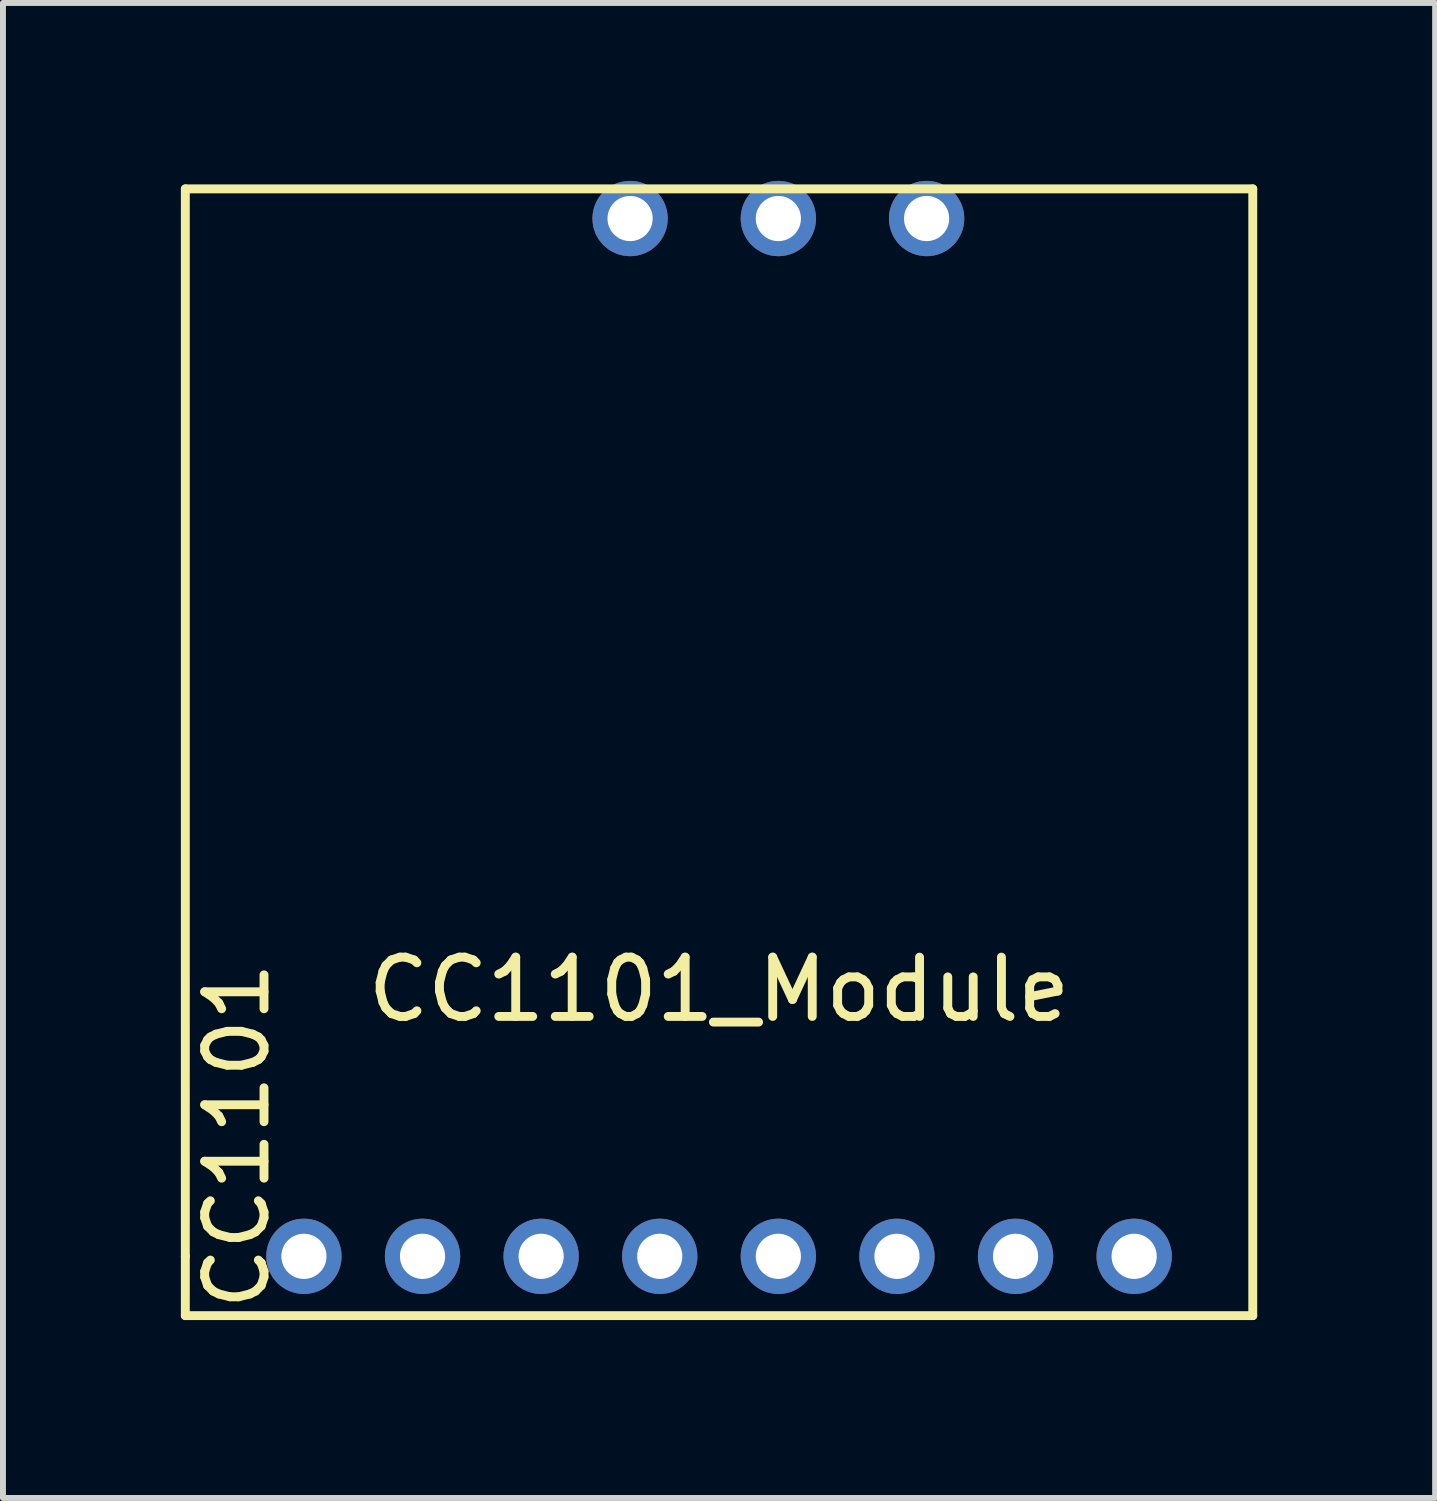
<source format=kicad_pcb>
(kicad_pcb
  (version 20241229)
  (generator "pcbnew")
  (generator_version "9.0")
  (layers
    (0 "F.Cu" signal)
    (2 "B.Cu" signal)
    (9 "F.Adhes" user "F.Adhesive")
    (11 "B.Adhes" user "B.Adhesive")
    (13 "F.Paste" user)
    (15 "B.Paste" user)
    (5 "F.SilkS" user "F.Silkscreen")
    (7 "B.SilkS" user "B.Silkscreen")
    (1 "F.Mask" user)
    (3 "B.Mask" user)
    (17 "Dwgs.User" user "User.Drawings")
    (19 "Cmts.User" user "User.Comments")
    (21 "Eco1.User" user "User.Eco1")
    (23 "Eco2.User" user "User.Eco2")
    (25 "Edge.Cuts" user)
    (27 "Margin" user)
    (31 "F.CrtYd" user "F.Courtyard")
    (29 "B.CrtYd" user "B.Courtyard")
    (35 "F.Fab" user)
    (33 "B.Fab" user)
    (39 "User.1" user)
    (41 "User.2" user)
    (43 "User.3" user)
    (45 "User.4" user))
  (footprint "CC1101_Module"
    (layer "F.Cu")
    (at 9.075 18.135)
    (property "Reference" "CC1101_Module" (at 0 -4.5 0) (layer "F.SilkS") (effects (font (size 1 1) (thickness 0.15))))
    (attr through_hole)
    (fp_line (start -9 -18) (end 9 -18) (stroke (width 0.15) (type solid)) (layer "F.SilkS"))
    (fp_line (start -9 0) (end -9 -18) (stroke (width 0.15) (type solid)) (layer "F.SilkS"))
    (fp_line (start -9 1) (end -9 0) (stroke (width 0.15) (type solid)) (layer "F.SilkS"))
    (fp_line (start 9 -18) (end 9 1) (stroke (width 0.15) (type solid)) (layer "F.SilkS"))
    (fp_line (start 9 1) (end -9 1) (stroke (width 0.15) (type solid)) (layer "F.SilkS"))
    (fp_text user "CC1101" (at -8.128 -2.032 90) (layer "F.SilkS") (effects (font (size 1 1) (thickness 0.15))))
    (pad "1" thru_hole circle (at -7 0) (size 1.27 1.27) (drill 0.762) (layers "*.Cu" "*.Mask"))
    (pad "2" thru_hole circle (at -5 0) (size 1.27 1.27) (drill 0.762) (layers "*.Cu" "*.Mask"))
    (pad "3" thru_hole circle (at -3 0) (size 1.27 1.27) (drill 0.762) (layers "*.Cu" "*.Mask"))
    (pad "4" thru_hole circle (at -1 0) (size 1.27 1.27) (drill 0.762) (layers "*.Cu" "*.Mask"))
    (pad "5" thru_hole circle (at 1 0) (size 1.27 1.27) (drill 0.762) (layers "*.Cu" "*.Mask"))
    (pad "6" thru_hole circle (at 3 0) (size 1.27 1.27) (drill 0.762) (layers "*.Cu" "*.Mask"))
    (pad "7" thru_hole circle (at 5 0) (size 1.27 1.27) (drill 0.762) (layers "*.Cu" "*.Mask"))
    (pad "8" thru_hole circle (at 7 0) (size 1.27 1.27) (drill 0.762) (layers "*.Cu" "*.Mask"))
    (pad "9" thru_hole circle (at 1 -17.5) (size 1.27 1.27) (drill 0.762) (layers "*.Cu" "*.Mask"))
    (pad "10" thru_hole circle (at -1.5 -17.5) (size 1.27 1.27) (drill 0.762) (layers "*.Cu" "*.Mask"))
    (pad "11" thru_hole circle (at 3.5 -17.5) (size 1.27 1.27) (drill 0.762) (layers "*.Cu" "*.Mask")))
  (gr_rect
    (start -3 -3)
    (end 21.15 22.21)
    (stroke (width 0.1) (type default))
    (fill no)
    (layer "Edge.Cuts")))
</source>
